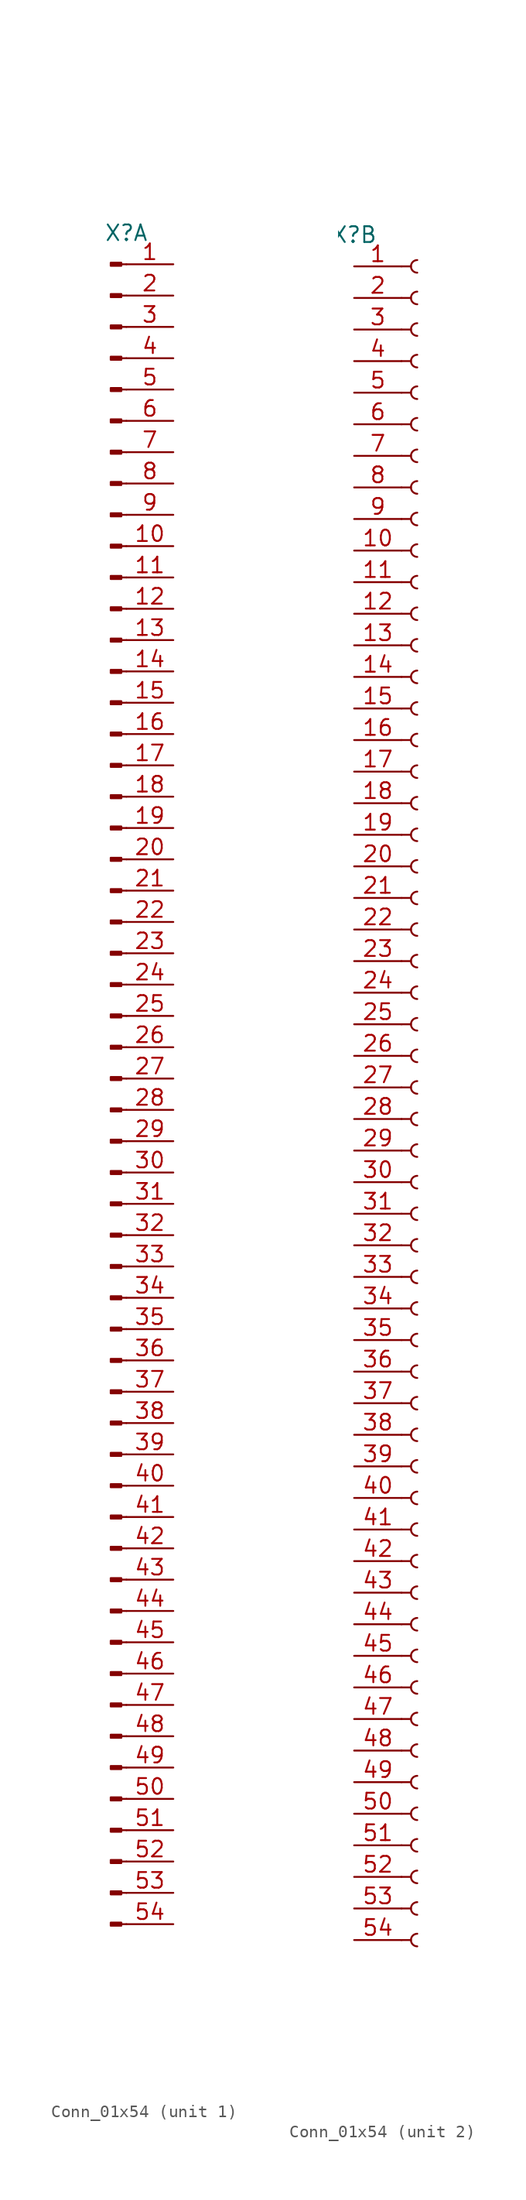
<source format=kicad_sym>
(kicad_symbol_lib
  (version 20241209)
  (generator "kicad_symbol_editor")
  (generator_version "9.0")
  (symbol "Conn_01x54"
    (pin_names
      (offset 1.016)
      (hide yes))
    (property "Reference" "X"
      (at 0 68.58 0)
      (effects (font (size 1.27 1.27))))
    (property "ki_locked" ""
      (at 0 0 0)
      (effects (font (size 1.27 1.27))))
    (symbol "Conn_01x54_1_1"
      (rectangle (start -0.406 66.167) (end -1.27 65.913) (stroke (width 0.152) (type default)) (fill (type outline)))
      (rectangle (start -0.406 63.627) (end -1.27 63.373) (stroke (width 0.152) (type default)) (fill (type outline)))
      (rectangle (start -0.406 61.087) (end -1.27 60.833) (stroke (width 0.152) (type default)) (fill (type outline)))
      (rectangle (start -0.406 58.547) (end -1.27 58.293) (stroke (width 0.152) (type default)) (fill (type outline)))
      (rectangle (start -0.406 56.007) (end -1.27 55.753) (stroke (width 0.152) (type default)) (fill (type outline)))
      (rectangle (start -0.406 53.467) (end -1.27 53.213) (stroke (width 0.152) (type default)) (fill (type outline)))
      (rectangle (start -0.406 50.927) (end -1.27 50.673) (stroke (width 0.152) (type default)) (fill (type outline)))
      (rectangle (start -0.406 48.387) (end -1.27 48.133) (stroke (width 0.152) (type default)) (fill (type outline)))
      (rectangle (start -0.406 45.847) (end -1.27 45.593) (stroke (width 0.152) (type default)) (fill (type outline)))
      (rectangle (start -0.406 43.307) (end -1.27 43.053) (stroke (width 0.152) (type default)) (fill (type outline)))
      (rectangle (start -0.406 40.767) (end -1.27 40.513) (stroke (width 0.152) (type default)) (fill (type outline)))
      (rectangle (start -0.406 38.227) (end -1.27 37.973) (stroke (width 0.152) (type default)) (fill (type outline)))
      (rectangle (start -0.406 35.687) (end -1.27 35.433) (stroke (width 0.152) (type default)) (fill (type outline)))
      (rectangle (start -0.406 33.147) (end -1.27 32.893) (stroke (width 0.152) (type default)) (fill (type outline)))
      (rectangle (start -0.406 30.607) (end -1.27 30.353) (stroke (width 0.152) (type default)) (fill (type outline)))
      (rectangle (start -0.406 28.067) (end -1.27 27.813) (stroke (width 0.152) (type default)) (fill (type outline)))
      (rectangle (start -0.406 25.527) (end -1.27 25.273) (stroke (width 0.152) (type default)) (fill (type outline)))
      (rectangle (start -0.406 22.987) (end -1.27 22.733) (stroke (width 0.152) (type default)) (fill (type outline)))
      (rectangle (start -0.406 20.447) (end -1.27 20.193) (stroke (width 0.152) (type default)) (fill (type outline)))
      (rectangle (start -0.406 17.907) (end -1.27 17.653) (stroke (width 0.152) (type default)) (fill (type outline)))
      (rectangle (start -0.406 15.367) (end -1.27 15.113) (stroke (width 0.152) (type default)) (fill (type outline)))
      (rectangle (start -0.406 12.827) (end -1.27 12.573) (stroke (width 0.152) (type default)) (fill (type outline)))
      (rectangle (start -0.406 10.287) (end -1.27 10.033) (stroke (width 0.152) (type default)) (fill (type outline)))
      (rectangle (start -0.406 7.747) (end -1.27 7.493) (stroke (width 0.152) (type default)) (fill (type outline)))
      (rectangle (start -0.406 5.207) (end -1.27 4.953) (stroke (width 0.152) (type default)) (fill (type outline)))
      (rectangle (start -0.406 2.667) (end -1.27 2.413) (stroke (width 0.152) (type default)) (fill (type outline)))
      (rectangle (start -0.406 0.127) (end -1.27 -0.127) (stroke (width 0.152) (type default)) (fill (type outline)))
      (rectangle (start -0.406 -2.413) (end -1.27 -2.667) (stroke (width 0.152) (type default)) (fill (type outline)))
      (rectangle (start -0.406 -4.953) (end -1.27 -5.207) (stroke (width 0.152) (type default)) (fill (type outline)))
      (rectangle (start -0.406 -7.493) (end -1.27 -7.747) (stroke (width 0.152) (type default)) (fill (type outline)))
      (rectangle (start -0.406 -10.033) (end -1.27 -10.287) (stroke (width 0.152) (type default)) (fill (type outline)))
      (rectangle (start -0.406 -12.573) (end -1.27 -12.827) (stroke (width 0.152) (type default)) (fill (type outline)))
      (rectangle (start -0.406 -15.113) (end -1.27 -15.367) (stroke (width 0.152) (type default)) (fill (type outline)))
      (rectangle (start -0.406 -17.653) (end -1.27 -17.907) (stroke (width 0.152) (type default)) (fill (type outline)))
      (rectangle (start -0.406 -20.193) (end -1.27 -20.447) (stroke (width 0.152) (type default)) (fill (type outline)))
      (rectangle (start -0.406 -22.733) (end -1.27 -22.987) (stroke (width 0.152) (type default)) (fill (type outline)))
      (rectangle (start -0.406 -25.273) (end -1.27 -25.527) (stroke (width 0.152) (type default)) (fill (type outline)))
      (rectangle (start -0.406 -27.813) (end -1.27 -28.067) (stroke (width 0.152) (type default)) (fill (type outline)))
      (rectangle (start -0.406 -30.353) (end -1.27 -30.607) (stroke (width 0.152) (type default)) (fill (type outline)))
      (rectangle (start -0.406 -32.893) (end -1.27 -33.147) (stroke (width 0.152) (type default)) (fill (type outline)))
      (rectangle (start -0.406 -35.433) (end -1.27 -35.687) (stroke (width 0.152) (type default)) (fill (type outline)))
      (rectangle (start -0.406 -37.973) (end -1.27 -38.227) (stroke (width 0.152) (type default)) (fill (type outline)))
      (rectangle (start -0.406 -40.513) (end -1.27 -40.767) (stroke (width 0.152) (type default)) (fill (type outline)))
      (rectangle (start -0.406 -43.053) (end -1.27 -43.307) (stroke (width 0.152) (type default)) (fill (type outline)))
      (rectangle (start -0.406 -45.593) (end -1.27 -45.847) (stroke (width 0.152) (type default)) (fill (type outline)))
      (rectangle (start -0.406 -48.133) (end -1.27 -48.387) (stroke (width 0.152) (type default)) (fill (type outline)))
      (rectangle (start -0.406 -50.673) (end -1.27 -50.927) (stroke (width 0.152) (type default)) (fill (type outline)))
      (rectangle (start -0.406 -53.213) (end -1.27 -53.467) (stroke (width 0.152) (type default)) (fill (type outline)))
      (rectangle (start -0.406 -55.753) (end -1.27 -56.007) (stroke (width 0.152) (type default)) (fill (type outline)))
      (rectangle (start -0.406 -58.293) (end -1.27 -58.547) (stroke (width 0.152) (type default)) (fill (type outline)))
      (rectangle (start -0.406 -60.833) (end -1.27 -61.087) (stroke (width 0.152) (type default)) (fill (type outline)))
      (rectangle (start -0.406 -63.373) (end -1.27 -63.627) (stroke (width 0.152) (type default)) (fill (type outline)))
      (rectangle (start -0.406 -65.913) (end -1.27 -66.167) (stroke (width 0.152) (type default)) (fill (type outline)))
      (rectangle (start -0.406 -68.453) (end -1.27 -68.707) (stroke (width 0.152) (type default)) (fill (type outline)))
      (polyline (pts (xy 0 66.04) (xy -0.406 66.04)) (stroke (width 0.152) (type default)) (fill (type none)))
      (polyline (pts (xy 0 63.5) (xy -0.406 63.5)) (stroke (width 0.152) (type default)) (fill (type none)))
      (polyline (pts (xy 0 60.96) (xy -0.406 60.96)) (stroke (width 0.152) (type default)) (fill (type none)))
      (polyline (pts (xy 0 58.42) (xy -0.406 58.42)) (stroke (width 0.152) (type default)) (fill (type none)))
      (polyline (pts (xy 0 55.88) (xy -0.406 55.88)) (stroke (width 0.152) (type default)) (fill (type none)))
      (polyline (pts (xy 0 53.34) (xy -0.406 53.34)) (stroke (width 0.152) (type default)) (fill (type none)))
      (polyline (pts (xy 0 50.8) (xy -0.406 50.8)) (stroke (width 0.152) (type default)) (fill (type none)))
      (polyline (pts (xy 0 48.26) (xy -0.406 48.26)) (stroke (width 0.152) (type default)) (fill (type none)))
      (polyline (pts (xy 0 45.72) (xy -0.406 45.72)) (stroke (width 0.152) (type default)) (fill (type none)))
      (polyline (pts (xy 0 43.18) (xy -0.406 43.18)) (stroke (width 0.152) (type default)) (fill (type none)))
      (polyline (pts (xy 0 40.64) (xy -0.406 40.64)) (stroke (width 0.152) (type default)) (fill (type none)))
      (polyline (pts (xy 0 38.1) (xy -0.406 38.1)) (stroke (width 0.152) (type default)) (fill (type none)))
      (polyline (pts (xy 0 35.56) (xy -0.406 35.56)) (stroke (width 0.152) (type default)) (fill (type none)))
      (polyline (pts (xy 0 33.02) (xy -0.406 33.02)) (stroke (width 0.152) (type default)) (fill (type none)))
      (polyline (pts (xy 0 30.48) (xy -0.406 30.48)) (stroke (width 0.152) (type default)) (fill (type none)))
      (polyline (pts (xy 0 27.94) (xy -0.406 27.94)) (stroke (width 0.152) (type default)) (fill (type none)))
      (polyline (pts (xy 0 25.4) (xy -0.406 25.4)) (stroke (width 0.152) (type default)) (fill (type none)))
      (polyline (pts (xy 0 22.86) (xy -0.406 22.86)) (stroke (width 0.152) (type default)) (fill (type none)))
      (polyline (pts (xy 0 20.32) (xy -0.406 20.32)) (stroke (width 0.152) (type default)) (fill (type none)))
      (polyline (pts (xy 0 17.78) (xy -0.406 17.78)) (stroke (width 0.152) (type default)) (fill (type none)))
      (polyline (pts (xy 0 15.24) (xy -0.406 15.24)) (stroke (width 0.152) (type default)) (fill (type none)))
      (polyline (pts (xy 0 12.7) (xy -0.406 12.7)) (stroke (width 0.152) (type default)) (fill (type none)))
      (polyline (pts (xy 0 10.16) (xy -0.406 10.16)) (stroke (width 0.152) (type default)) (fill (type none)))
      (polyline (pts (xy 0 7.62) (xy -0.406 7.62)) (stroke (width 0.152) (type default)) (fill (type none)))
      (polyline (pts (xy 0 5.08) (xy -0.406 5.08)) (stroke (width 0.152) (type default)) (fill (type none)))
      (polyline (pts (xy 0 2.54) (xy -0.406 2.54)) (stroke (width 0.152) (type default)) (fill (type none)))
      (polyline (pts (xy 0 0) (xy -0.406 0)) (stroke (width 0.152) (type default)) (fill (type none)))
      (polyline (pts (xy 0 -2.54) (xy -0.406 -2.54)) (stroke (width 0.152) (type default)) (fill (type none)))
      (polyline (pts (xy 0 -5.08) (xy -0.406 -5.08)) (stroke (width 0.152) (type default)) (fill (type none)))
      (polyline (pts (xy 0 -7.62) (xy -0.406 -7.62)) (stroke (width 0.152) (type default)) (fill (type none)))
      (polyline (pts (xy 0 -10.16) (xy -0.406 -10.16)) (stroke (width 0.152) (type default)) (fill (type none)))
      (polyline (pts (xy 0 -12.7) (xy -0.406 -12.7)) (stroke (width 0.152) (type default)) (fill (type none)))
      (polyline (pts (xy 0 -15.24) (xy -0.406 -15.24)) (stroke (width 0.152) (type default)) (fill (type none)))
      (polyline (pts (xy 0 -17.78) (xy -0.406 -17.78)) (stroke (width 0.152) (type default)) (fill (type none)))
      (polyline (pts (xy 0 -20.32) (xy -0.406 -20.32)) (stroke (width 0.152) (type default)) (fill (type none)))
      (polyline (pts (xy 0 -22.86) (xy -0.406 -22.86)) (stroke (width 0.152) (type default)) (fill (type none)))
      (polyline (pts (xy 0 -25.4) (xy -0.406 -25.4)) (stroke (width 0.152) (type default)) (fill (type none)))
      (polyline (pts (xy 0 -27.94) (xy -0.406 -27.94)) (stroke (width 0.152) (type default)) (fill (type none)))
      (polyline (pts (xy 0 -30.48) (xy -0.406 -30.48)) (stroke (width 0.152) (type default)) (fill (type none)))
      (polyline (pts (xy 0 -33.02) (xy -0.406 -33.02)) (stroke (width 0.152) (type default)) (fill (type none)))
      (polyline (pts (xy 0 -35.56) (xy -0.406 -35.56)) (stroke (width 0.152) (type default)) (fill (type none)))
      (polyline (pts (xy 0 -38.1) (xy -0.406 -38.1)) (stroke (width 0.152) (type default)) (fill (type none)))
      (polyline (pts (xy 0 -40.64) (xy -0.406 -40.64)) (stroke (width 0.152) (type default)) (fill (type none)))
      (polyline (pts (xy 0 -43.18) (xy -0.406 -43.18)) (stroke (width 0.152) (type default)) (fill (type none)))
      (polyline (pts (xy 0 -45.72) (xy -0.406 -45.72)) (stroke (width 0.152) (type default)) (fill (type none)))
      (polyline (pts (xy 0 -48.26) (xy -0.406 -48.26)) (stroke (width 0.152) (type default)) (fill (type none)))
      (polyline (pts (xy 0 -50.8) (xy -0.406 -50.8)) (stroke (width 0.152) (type default)) (fill (type none)))
      (polyline (pts (xy 0 -53.34) (xy -0.406 -53.34)) (stroke (width 0.152) (type default)) (fill (type none)))
      (polyline (pts (xy 0 -55.88) (xy -0.406 -55.88)) (stroke (width 0.152) (type default)) (fill (type none)))
      (polyline (pts (xy 0 -58.42) (xy -0.406 -58.42)) (stroke (width 0.152) (type default)) (fill (type none)))
      (polyline (pts (xy 0 -60.96) (xy -0.406 -60.96)) (stroke (width 0.152) (type default)) (fill (type none)))
      (polyline (pts (xy 0 -63.5) (xy -0.406 -63.5)) (stroke (width 0.152) (type default)) (fill (type none)))
      (polyline (pts (xy 0 -66.04) (xy -0.406 -66.04)) (stroke (width 0.152) (type default)) (fill (type none)))
      (polyline (pts (xy 0 -68.58) (xy -0.406 -68.58)) (stroke (width 0.152) (type default)) (fill (type none)))
      (pin passive line (at 3.81 66.04 180) (length 3.81) (name "Pin_1" (effects (font (size 1.27 1.27)))) (number "1" (effects (font (size 1.27 1.27)))))
      (pin passive line (at 3.81 63.5 180) (length 3.81) (name "Pin_2" (effects (font (size 1.27 1.27)))) (number "2" (effects (font (size 1.27 1.27)))))
      (pin passive line (at 3.81 60.96 180) (length 3.81) (name "Pin_3" (effects (font (size 1.27 1.27)))) (number "3" (effects (font (size 1.27 1.27)))))
      (pin passive line (at 3.81 58.42 180) (length 3.81) (name "Pin_4" (effects (font (size 1.27 1.27)))) (number "4" (effects (font (size 1.27 1.27)))))
      (pin passive line (at 3.81 55.88 180) (length 3.81) (name "Pin_5" (effects (font (size 1.27 1.27)))) (number "5" (effects (font (size 1.27 1.27)))))
      (pin passive line (at 3.81 53.34 180) (length 3.81) (name "Pin_6" (effects (font (size 1.27 1.27)))) (number "6" (effects (font (size 1.27 1.27)))))
      (pin passive line (at 3.81 50.8 180) (length 3.81) (name "Pin_7" (effects (font (size 1.27 1.27)))) (number "7" (effects (font (size 1.27 1.27)))))
      (pin passive line (at 3.81 48.26 180) (length 3.81) (name "Pin_8" (effects (font (size 1.27 1.27)))) (number "8" (effects (font (size 1.27 1.27)))))
      (pin passive line (at 3.81 45.72 180) (length 3.81) (name "Pin_9" (effects (font (size 1.27 1.27)))) (number "9" (effects (font (size 1.27 1.27)))))
      (pin passive line (at 3.81 43.18 180) (length 3.81) (name "Pin_10" (effects (font (size 1.27 1.27)))) (number "10" (effects (font (size 1.27 1.27)))))
      (pin passive line (at 3.81 40.64 180) (length 3.81) (name "Pin_11" (effects (font (size 1.27 1.27)))) (number "11" (effects (font (size 1.27 1.27)))))
      (pin passive line (at 3.81 38.1 180) (length 3.81) (name "Pin_12" (effects (font (size 1.27 1.27)))) (number "12" (effects (font (size 1.27 1.27)))))
      (pin passive line (at 3.81 35.56 180) (length 3.81) (name "Pin_13" (effects (font (size 1.27 1.27)))) (number "13" (effects (font (size 1.27 1.27)))))
      (pin passive line (at 3.81 33.02 180) (length 3.81) (name "Pin_14" (effects (font (size 1.27 1.27)))) (number "14" (effects (font (size 1.27 1.27)))))
      (pin passive line (at 3.81 30.48 180) (length 3.81) (name "Pin_15" (effects (font (size 1.27 1.27)))) (number "15" (effects (font (size 1.27 1.27)))))
      (pin passive line (at 3.81 27.94 180) (length 3.81) (name "Pin_16" (effects (font (size 1.27 1.27)))) (number "16" (effects (font (size 1.27 1.27)))))
      (pin passive line (at 3.81 25.4 180) (length 3.81) (name "Pin_17" (effects (font (size 1.27 1.27)))) (number "17" (effects (font (size 1.27 1.27)))))
      (pin passive line (at 3.81 22.86 180) (length 3.81) (name "Pin_18" (effects (font (size 1.27 1.27)))) (number "18" (effects (font (size 1.27 1.27)))))
      (pin passive line (at 3.81 20.32 180) (length 3.81) (name "Pin_19" (effects (font (size 1.27 1.27)))) (number "19" (effects (font (size 1.27 1.27)))))
      (pin passive line (at 3.81 17.78 180) (length 3.81) (name "Pin_20" (effects (font (size 1.27 1.27)))) (number "20" (effects (font (size 1.27 1.27)))))
      (pin passive line (at 3.81 15.24 180) (length 3.81) (name "Pin_21" (effects (font (size 1.27 1.27)))) (number "21" (effects (font (size 1.27 1.27)))))
      (pin passive line (at 3.81 12.7 180) (length 3.81) (name "Pin_22" (effects (font (size 1.27 1.27)))) (number "22" (effects (font (size 1.27 1.27)))))
      (pin passive line (at 3.81 10.16 180) (length 3.81) (name "Pin_23" (effects (font (size 1.27 1.27)))) (number "23" (effects (font (size 1.27 1.27)))))
      (pin passive line (at 3.81 7.62 180) (length 3.81) (name "Pin_24" (effects (font (size 1.27 1.27)))) (number "24" (effects (font (size 1.27 1.27)))))
      (pin passive line (at 3.81 5.08 180) (length 3.81) (name "Pin_25" (effects (font (size 1.27 1.27)))) (number "25" (effects (font (size 1.27 1.27)))))
      (pin passive line (at 3.81 2.54 180) (length 3.81) (name "Pin_26" (effects (font (size 1.27 1.27)))) (number "26" (effects (font (size 1.27 1.27)))))
      (pin passive line (at 3.81 0 180) (length 3.81) (name "Pin_27" (effects (font (size 1.27 1.27)))) (number "27" (effects (font (size 1.27 1.27)))))
      (pin passive line (at 3.81 -2.54 180) (length 3.81) (name "Pin_28" (effects (font (size 1.27 1.27)))) (number "28" (effects (font (size 1.27 1.27)))))
      (pin passive line (at 3.81 -5.08 180) (length 3.81) (name "Pin_29" (effects (font (size 1.27 1.27)))) (number "29" (effects (font (size 1.27 1.27)))))
      (pin passive line (at 3.81 -7.62 180) (length 3.81) (name "Pin_30" (effects (font (size 1.27 1.27)))) (number "30" (effects (font (size 1.27 1.27)))))
      (pin passive line (at 3.81 -10.16 180) (length 3.81) (name "Pin_31" (effects (font (size 1.27 1.27)))) (number "31" (effects (font (size 1.27 1.27)))))
      (pin passive line (at 3.81 -12.7 180) (length 3.81) (name "Pin_32" (effects (font (size 1.27 1.27)))) (number "32" (effects (font (size 1.27 1.27)))))
      (pin passive line (at 3.81 -15.24 180) (length 3.81) (name "Pin_33" (effects (font (size 1.27 1.27)))) (number "33" (effects (font (size 1.27 1.27)))))
      (pin passive line (at 3.81 -17.78 180) (length 3.81) (name "Pin_34" (effects (font (size 1.27 1.27)))) (number "34" (effects (font (size 1.27 1.27)))))
      (pin passive line (at 3.81 -20.32 180) (length 3.81) (name "Pin_35" (effects (font (size 1.27 1.27)))) (number "35" (effects (font (size 1.27 1.27)))))
      (pin passive line (at 3.81 -22.86 180) (length 3.81) (name "Pin_36" (effects (font (size 1.27 1.27)))) (number "36" (effects (font (size 1.27 1.27)))))
      (pin passive line (at 3.81 -25.4 180) (length 3.81) (name "Pin_37" (effects (font (size 1.27 1.27)))) (number "37" (effects (font (size 1.27 1.27)))))
      (pin passive line (at 3.81 -27.94 180) (length 3.81) (name "Pin_38" (effects (font (size 1.27 1.27)))) (number "38" (effects (font (size 1.27 1.27)))))
      (pin passive line (at 3.81 -30.48 180) (length 3.81) (name "Pin_39" (effects (font (size 1.27 1.27)))) (number "39" (effects (font (size 1.27 1.27)))))
      (pin passive line (at 3.81 -33.02 180) (length 3.81) (name "Pin_40" (effects (font (size 1.27 1.27)))) (number "40" (effects (font (size 1.27 1.27)))))
      (pin passive line (at 3.81 -35.56 180) (length 3.81) (name "Pin_41" (effects (font (size 1.27 1.27)))) (number "41" (effects (font (size 1.27 1.27)))))
      (pin passive line (at 3.81 -38.1 180) (length 3.81) (name "Pin_42" (effects (font (size 1.27 1.27)))) (number "42" (effects (font (size 1.27 1.27)))))
      (pin passive line (at 3.81 -40.64 180) (length 3.81) (name "Pin_43" (effects (font (size 1.27 1.27)))) (number "43" (effects (font (size 1.27 1.27)))))
      (pin passive line (at 3.81 -43.18 180) (length 3.81) (name "Pin_44" (effects (font (size 1.27 1.27)))) (number "44" (effects (font (size 1.27 1.27)))))
      (pin passive line (at 3.81 -45.72 180) (length 3.81) (name "Pin_45" (effects (font (size 1.27 1.27)))) (number "45" (effects (font (size 1.27 1.27)))))
      (pin passive line (at 3.81 -48.26 180) (length 3.81) (name "Pin_46" (effects (font (size 1.27 1.27)))) (number "46" (effects (font (size 1.27 1.27)))))
      (pin passive line (at 3.81 -50.8 180) (length 3.81) (name "Pin_47" (effects (font (size 1.27 1.27)))) (number "47" (effects (font (size 1.27 1.27)))))
      (pin passive line (at 3.81 -53.34 180) (length 3.81) (name "Pin_48" (effects (font (size 1.27 1.27)))) (number "48" (effects (font (size 1.27 1.27)))))
      (pin passive line (at 3.81 -55.88 180) (length 3.81) (name "Pin_49" (effects (font (size 1.27 1.27)))) (number "49" (effects (font (size 1.27 1.27)))))
      (pin passive line (at 3.81 -58.42 180) (length 3.81) (name "Pin_50" (effects (font (size 1.27 1.27)))) (number "50" (effects (font (size 1.27 1.27)))))
      (pin passive line (at 3.81 -60.96 180) (length 3.81) (name "Pin_51" (effects (font (size 1.27 1.27)))) (number "51" (effects (font (size 1.27 1.27)))))
      (pin passive line (at 3.81 -63.5 180) (length 3.81) (name "Pin_52" (effects (font (size 1.27 1.27)))) (number "52" (effects (font (size 1.27 1.27)))))
      (pin passive line (at 3.81 -66.04 180) (length 3.81) (name "Pin_53" (effects (font (size 1.27 1.27)))) (number "53" (effects (font (size 1.27 1.27)))))
      (pin passive line (at 3.81 -68.58 180) (length 3.81) (name "Pin_54" (effects (font (size 1.27 1.27)))) (number "54" (effects (font (size 1.27 1.27))))))
    (symbol "Conn_01x54_2_1"
      (polyline (pts (xy 3.81 66.04) (xy 4.572 66.04)) (stroke (width 0.152) (type default)) (fill (type none)))
      (polyline (pts (xy 3.81 63.5) (xy 4.572 63.5)) (stroke (width 0.152) (type default)) (fill (type none)))
      (polyline (pts (xy 3.81 60.96) (xy 4.572 60.96)) (stroke (width 0.152) (type default)) (fill (type none)))
      (polyline (pts (xy 3.81 58.42) (xy 4.572 58.42)) (stroke (width 0.152) (type default)) (fill (type none)))
      (polyline (pts (xy 3.81 55.88) (xy 4.572 55.88)) (stroke (width 0.152) (type default)) (fill (type none)))
      (polyline (pts (xy 3.81 53.34) (xy 4.572 53.34)) (stroke (width 0.152) (type default)) (fill (type none)))
      (polyline (pts (xy 3.81 50.8) (xy 4.572 50.8)) (stroke (width 0.152) (type default)) (fill (type none)))
      (polyline (pts (xy 3.81 48.26) (xy 4.572 48.26)) (stroke (width 0.152) (type default)) (fill (type none)))
      (polyline (pts (xy 3.81 45.72) (xy 4.572 45.72)) (stroke (width 0.152) (type default)) (fill (type none)))
      (polyline (pts (xy 3.81 43.18) (xy 4.572 43.18)) (stroke (width 0.152) (type default)) (fill (type none)))
      (polyline (pts (xy 3.81 40.64) (xy 4.572 40.64)) (stroke (width 0.152) (type default)) (fill (type none)))
      (polyline (pts (xy 3.81 38.1) (xy 4.572 38.1)) (stroke (width 0.152) (type default)) (fill (type none)))
      (polyline (pts (xy 3.81 35.56) (xy 4.572 35.56)) (stroke (width 0.152) (type default)) (fill (type none)))
      (polyline (pts (xy 3.81 33.02) (xy 4.572 33.02)) (stroke (width 0.152) (type default)) (fill (type none)))
      (polyline (pts (xy 3.81 30.48) (xy 4.572 30.48)) (stroke (width 0.152) (type default)) (fill (type none)))
      (polyline (pts (xy 3.81 27.94) (xy 4.572 27.94)) (stroke (width 0.152) (type default)) (fill (type none)))
      (polyline (pts (xy 3.81 25.4) (xy 4.572 25.4)) (stroke (width 0.152) (type default)) (fill (type none)))
      (polyline (pts (xy 3.81 22.86) (xy 4.572 22.86)) (stroke (width 0.152) (type default)) (fill (type none)))
      (polyline (pts (xy 3.81 20.32) (xy 4.572 20.32)) (stroke (width 0.152) (type default)) (fill (type none)))
      (polyline (pts (xy 3.81 17.78) (xy 4.572 17.78)) (stroke (width 0.152) (type default)) (fill (type none)))
      (polyline (pts (xy 3.81 15.24) (xy 4.572 15.24)) (stroke (width 0.152) (type default)) (fill (type none)))
      (polyline (pts (xy 3.81 12.7) (xy 4.572 12.7)) (stroke (width 0.152) (type default)) (fill (type none)))
      (polyline (pts (xy 3.81 10.16) (xy 4.572 10.16)) (stroke (width 0.152) (type default)) (fill (type none)))
      (polyline (pts (xy 3.81 7.62) (xy 4.572 7.62)) (stroke (width 0.152) (type default)) (fill (type none)))
      (polyline (pts (xy 3.81 5.08) (xy 4.572 5.08)) (stroke (width 0.152) (type default)) (fill (type none)))
      (polyline (pts (xy 3.81 2.54) (xy 4.572 2.54)) (stroke (width 0.152) (type default)) (fill (type none)))
      (polyline (pts (xy 3.81 0) (xy 4.572 0)) (stroke (width 0.152) (type default)) (fill (type none)))
      (polyline (pts (xy 3.81 -2.54) (xy 4.572 -2.54)) (stroke (width 0.152) (type default)) (fill (type none)))
      (polyline (pts (xy 3.81 -5.08) (xy 4.572 -5.08)) (stroke (width 0.152) (type default)) (fill (type none)))
      (polyline (pts (xy 3.81 -7.62) (xy 4.572 -7.62)) (stroke (width 0.152) (type default)) (fill (type none)))
      (polyline (pts (xy 3.81 -10.16) (xy 4.572 -10.16)) (stroke (width 0.152) (type default)) (fill (type none)))
      (polyline (pts (xy 3.81 -12.7) (xy 4.572 -12.7)) (stroke (width 0.152) (type default)) (fill (type none)))
      (polyline (pts (xy 3.81 -15.24) (xy 4.572 -15.24)) (stroke (width 0.152) (type default)) (fill (type none)))
      (polyline (pts (xy 3.81 -17.78) (xy 4.572 -17.78)) (stroke (width 0.152) (type default)) (fill (type none)))
      (polyline (pts (xy 3.81 -20.32) (xy 4.572 -20.32)) (stroke (width 0.152) (type default)) (fill (type none)))
      (polyline (pts (xy 3.81 -22.86) (xy 4.572 -22.86)) (stroke (width 0.152) (type default)) (fill (type none)))
      (polyline (pts (xy 3.81 -25.4) (xy 4.572 -25.4)) (stroke (width 0.152) (type default)) (fill (type none)))
      (polyline (pts (xy 3.81 -27.94) (xy 4.572 -27.94)) (stroke (width 0.152) (type default)) (fill (type none)))
      (polyline (pts (xy 3.81 -30.48) (xy 4.572 -30.48)) (stroke (width 0.152) (type default)) (fill (type none)))
      (polyline (pts (xy 3.81 -33.02) (xy 4.572 -33.02)) (stroke (width 0.152) (type default)) (fill (type none)))
      (polyline (pts (xy 3.81 -35.56) (xy 4.572 -35.56)) (stroke (width 0.152) (type default)) (fill (type none)))
      (polyline (pts (xy 3.81 -38.1) (xy 4.572 -38.1)) (stroke (width 0.152) (type default)) (fill (type none)))
      (polyline (pts (xy 3.81 -40.64) (xy 4.572 -40.64)) (stroke (width 0.152) (type default)) (fill (type none)))
      (polyline (pts (xy 3.81 -43.18) (xy 4.572 -43.18)) (stroke (width 0.152) (type default)) (fill (type none)))
      (polyline (pts (xy 3.81 -45.72) (xy 4.572 -45.72)) (stroke (width 0.152) (type default)) (fill (type none)))
      (polyline (pts (xy 3.81 -48.26) (xy 4.572 -48.26)) (stroke (width 0.152) (type default)) (fill (type none)))
      (polyline (pts (xy 3.81 -50.8) (xy 4.572 -50.8)) (stroke (width 0.152) (type default)) (fill (type none)))
      (polyline (pts (xy 3.81 -53.34) (xy 4.572 -53.34)) (stroke (width 0.152) (type default)) (fill (type none)))
      (polyline (pts (xy 3.81 -55.88) (xy 4.572 -55.88)) (stroke (width 0.152) (type default)) (fill (type none)))
      (polyline (pts (xy 3.81 -58.42) (xy 4.572 -58.42)) (stroke (width 0.152) (type default)) (fill (type none)))
      (polyline (pts (xy 3.81 -60.96) (xy 4.572 -60.96)) (stroke (width 0.152) (type default)) (fill (type none)))
      (polyline (pts (xy 3.81 -63.5) (xy 4.572 -63.5)) (stroke (width 0.152) (type default)) (fill (type none)))
      (polyline (pts (xy 3.81 -66.04) (xy 4.572 -66.04)) (stroke (width 0.152) (type default)) (fill (type none)))
      (polyline (pts (xy 3.81 -68.58) (xy 4.572 -68.58)) (stroke (width 0.152) (type default)) (fill (type none)))
      (arc (start 5.08 65.532) (mid 4.5742 66.04) (end 5.08 66.548) (stroke (width 0.1524) (type default)) (fill (type none)))
      (arc (start 5.08 62.992) (mid 4.5742 63.5) (end 5.08 64.008) (stroke (width 0.1524) (type default)) (fill (type none)))
      (arc (start 5.08 60.452) (mid 4.5742 60.96) (end 5.08 61.468) (stroke (width 0.1524) (type default)) (fill (type none)))
      (arc (start 5.08 57.912) (mid 4.5742 58.42) (end 5.08 58.928) (stroke (width 0.1524) (type default)) (fill (type none)))
      (arc (start 5.08 55.372) (mid 4.5742 55.88) (end 5.08 56.388) (stroke (width 0.1524) (type default)) (fill (type none)))
      (arc (start 5.08 52.832) (mid 4.5742 53.34) (end 5.08 53.848) (stroke (width 0.1524) (type default)) (fill (type none)))
      (arc (start 5.08 50.292) (mid 4.5742 50.8) (end 5.08 51.308) (stroke (width 0.1524) (type default)) (fill (type none)))
      (arc (start 5.08 47.752) (mid 4.5742 48.26) (end 5.08 48.768) (stroke (width 0.1524) (type default)) (fill (type none)))
      (arc (start 5.08 45.212) (mid 4.5742 45.72) (end 5.08 46.228) (stroke (width 0.1524) (type default)) (fill (type none)))
      (arc (start 5.08 42.672) (mid 4.5742 43.18) (end 5.08 43.688) (stroke (width 0.1524) (type default)) (fill (type none)))
      (arc (start 5.08 40.132) (mid 4.5742 40.64) (end 5.08 41.148) (stroke (width 0.1524) (type default)) (fill (type none)))
      (arc (start 5.08 37.592) (mid 4.5742 38.1) (end 5.08 38.608) (stroke (width 0.1524) (type default)) (fill (type none)))
      (arc (start 5.08 35.052) (mid 4.5742 35.56) (end 5.08 36.068) (stroke (width 0.1524) (type default)) (fill (type none)))
      (arc (start 5.08 32.512) (mid 4.5742 33.02) (end 5.08 33.528) (stroke (width 0.1524) (type default)) (fill (type none)))
      (arc (start 5.08 29.972) (mid 4.5742 30.48) (end 5.08 30.988) (stroke (width 0.1524) (type default)) (fill (type none)))
      (arc (start 5.08 27.432) (mid 4.5742 27.94) (end 5.08 28.448) (stroke (width 0.1524) (type default)) (fill (type none)))
      (arc (start 5.08 24.892) (mid 4.5742 25.4) (end 5.08 25.908) (stroke (width 0.1524) (type default)) (fill (type none)))
      (arc (start 5.08 22.352) (mid 4.5742 22.86) (end 5.08 23.368) (stroke (width 0.1524) (type default)) (fill (type none)))
      (arc (start 5.08 19.812) (mid 4.5742 20.32) (end 5.08 20.828) (stroke (width 0.1524) (type default)) (fill (type none)))
      (arc (start 5.08 17.272) (mid 4.5742 17.78) (end 5.08 18.288) (stroke (width 0.1524) (type default)) (fill (type none)))
      (arc (start 5.08 14.732) (mid 4.5742 15.24) (end 5.08 15.748) (stroke (width 0.1524) (type default)) (fill (type none)))
      (arc (start 5.08 12.192) (mid 4.5742 12.7) (end 5.08 13.208) (stroke (width 0.1524) (type default)) (fill (type none)))
      (arc (start 5.08 9.652) (mid 4.5742 10.16) (end 5.08 10.668) (stroke (width 0.1524) (type default)) (fill (type none)))
      (arc (start 5.08 7.112) (mid 4.5742 7.62) (end 5.08 8.128) (stroke (width 0.1524) (type default)) (fill (type none)))
      (arc (start 5.08 4.572) (mid 4.5742 5.08) (end 5.08 5.588) (stroke (width 0.1524) (type default)) (fill (type none)))
      (arc (start 5.08 2.032) (mid 4.5742 2.54) (end 5.08 3.048) (stroke (width 0.1524) (type default)) (fill (type none)))
      (arc (start 5.08 -0.508) (mid 4.5742 0) (end 5.08 0.508) (stroke (width 0.1524) (type default)) (fill (type none)))
      (arc (start 5.08 -3.048) (mid 4.5742 -2.54) (end 5.08 -2.032) (stroke (width 0.1524) (type default)) (fill (type none)))
      (arc (start 5.08 -5.588) (mid 4.5742 -5.08) (end 5.08 -4.572) (stroke (width 0.1524) (type default)) (fill (type none)))
      (arc (start 5.08 -8.128) (mid 4.5742 -7.62) (end 5.08 -7.112) (stroke (width 0.1524) (type default)) (fill (type none)))
      (arc (start 5.08 -10.668) (mid 4.5742 -10.16) (end 5.08 -9.652) (stroke (width 0.1524) (type default)) (fill (type none)))
      (arc (start 5.08 -13.208) (mid 4.5742 -12.7) (end 5.08 -12.192) (stroke (width 0.1524) (type default)) (fill (type none)))
      (arc (start 5.08 -15.748) (mid 4.5742 -15.24) (end 5.08 -14.732) (stroke (width 0.1524) (type default)) (fill (type none)))
      (arc (start 5.08 -18.288) (mid 4.5742 -17.78) (end 5.08 -17.272) (stroke (width 0.1524) (type default)) (fill (type none)))
      (arc (start 5.08 -20.828) (mid 4.5742 -20.32) (end 5.08 -19.812) (stroke (width 0.1524) (type default)) (fill (type none)))
      (arc (start 5.08 -23.368) (mid 4.5742 -22.86) (end 5.08 -22.352) (stroke (width 0.1524) (type default)) (fill (type none)))
      (arc (start 5.08 -25.908) (mid 4.5742 -25.4) (end 5.08 -24.892) (stroke (width 0.1524) (type default)) (fill (type none)))
      (arc (start 5.08 -28.448) (mid 4.5742 -27.94) (end 5.08 -27.432) (stroke (width 0.1524) (type default)) (fill (type none)))
      (arc (start 5.08 -30.988) (mid 4.5742 -30.48) (end 5.08 -29.972) (stroke (width 0.1524) (type default)) (fill (type none)))
      (arc (start 5.08 -33.528) (mid 4.5742 -33.02) (end 5.08 -32.512) (stroke (width 0.1524) (type default)) (fill (type none)))
      (arc (start 5.08 -36.068) (mid 4.5742 -35.56) (end 5.08 -35.052) (stroke (width 0.1524) (type default)) (fill (type none)))
      (arc (start 5.08 -38.608) (mid 4.5742 -38.1) (end 5.08 -37.592) (stroke (width 0.1524) (type default)) (fill (type none)))
      (arc (start 5.08 -41.148) (mid 4.5742 -40.64) (end 5.08 -40.132) (stroke (width 0.1524) (type default)) (fill (type none)))
      (arc (start 5.08 -43.688) (mid 4.5742 -43.18) (end 5.08 -42.672) (stroke (width 0.1524) (type default)) (fill (type none)))
      (arc (start 5.08 -46.228) (mid 4.5742 -45.72) (end 5.08 -45.212) (stroke (width 0.1524) (type default)) (fill (type none)))
      (arc (start 5.08 -48.768) (mid 4.5742 -48.26) (end 5.08 -47.752) (stroke (width 0.1524) (type default)) (fill (type none)))
      (arc (start 5.08 -51.308) (mid 4.5742 -50.8) (end 5.08 -50.292) (stroke (width 0.1524) (type default)) (fill (type none)))
      (arc (start 5.08 -53.848) (mid 4.5742 -53.34) (end 5.08 -52.832) (stroke (width 0.1524) (type default)) (fill (type none)))
      (arc (start 5.08 -56.388) (mid 4.5742 -55.88) (end 5.08 -55.372) (stroke (width 0.1524) (type default)) (fill (type none)))
      (arc (start 5.08 -58.928) (mid 4.5742 -58.42) (end 5.08 -57.912) (stroke (width 0.1524) (type default)) (fill (type none)))
      (arc (start 5.08 -61.468) (mid 4.5742 -60.96) (end 5.08 -60.452) (stroke (width 0.1524) (type default)) (fill (type none)))
      (arc (start 5.08 -64.008) (mid 4.5742 -63.5) (end 5.08 -62.992) (stroke (width 0.1524) (type default)) (fill (type none)))
      (arc (start 5.08 -66.548) (mid 4.5742 -66.04) (end 5.08 -65.532) (stroke (width 0.1524) (type default)) (fill (type none)))
      (arc (start 5.08 -69.088) (mid 4.5742 -68.58) (end 5.08 -68.072) (stroke (width 0.1524) (type default)) (fill (type none)))
      (pin passive line (at 0 66.04 0) (length 3.81) (name "Pin_1" (effects (font (size 1.27 1.27)))) (number "1" (effects (font (size 1.27 1.27)))))
      (pin passive line (at 0 63.5 0) (length 3.81) (name "Pin_2" (effects (font (size 1.27 1.27)))) (number "2" (effects (font (size 1.27 1.27)))))
      (pin passive line (at 0 60.96 0) (length 3.81) (name "Pin_3" (effects (font (size 1.27 1.27)))) (number "3" (effects (font (size 1.27 1.27)))))
      (pin passive line (at 0 58.42 0) (length 3.81) (name "Pin_4" (effects (font (size 1.27 1.27)))) (number "4" (effects (font (size 1.27 1.27)))))
      (pin passive line (at 0 55.88 0) (length 3.81) (name "Pin_5" (effects (font (size 1.27 1.27)))) (number "5" (effects (font (size 1.27 1.27)))))
      (pin passive line (at 0 53.34 0) (length 3.81) (name "Pin_6" (effects (font (size 1.27 1.27)))) (number "6" (effects (font (size 1.27 1.27)))))
      (pin passive line (at 0 50.8 0) (length 3.81) (name "Pin_7" (effects (font (size 1.27 1.27)))) (number "7" (effects (font (size 1.27 1.27)))))
      (pin passive line (at 0 48.26 0) (length 3.81) (name "Pin_8" (effects (font (size 1.27 1.27)))) (number "8" (effects (font (size 1.27 1.27)))))
      (pin passive line (at 0 45.72 0) (length 3.81) (name "Pin_9" (effects (font (size 1.27 1.27)))) (number "9" (effects (font (size 1.27 1.27)))))
      (pin passive line (at 0 43.18 0) (length 3.81) (name "Pin_10" (effects (font (size 1.27 1.27)))) (number "10" (effects (font (size 1.27 1.27)))))
      (pin passive line (at 0 40.64 0) (length 3.81) (name "Pin_11" (effects (font (size 1.27 1.27)))) (number "11" (effects (font (size 1.27 1.27)))))
      (pin passive line (at 0 38.1 0) (length 3.81) (name "Pin_12" (effects (font (size 1.27 1.27)))) (number "12" (effects (font (size 1.27 1.27)))))
      (pin passive line (at 0 35.56 0) (length 3.81) (name "Pin_13" (effects (font (size 1.27 1.27)))) (number "13" (effects (font (size 1.27 1.27)))))
      (pin passive line (at 0 33.02 0) (length 3.81) (name "Pin_14" (effects (font (size 1.27 1.27)))) (number "14" (effects (font (size 1.27 1.27)))))
      (pin passive line (at 0 30.48 0) (length 3.81) (name "Pin_15" (effects (font (size 1.27 1.27)))) (number "15" (effects (font (size 1.27 1.27)))))
      (pin passive line (at 0 27.94 0) (length 3.81) (name "Pin_16" (effects (font (size 1.27 1.27)))) (number "16" (effects (font (size 1.27 1.27)))))
      (pin passive line (at 0 25.4 0) (length 3.81) (name "Pin_17" (effects (font (size 1.27 1.27)))) (number "17" (effects (font (size 1.27 1.27)))))
      (pin passive line (at 0 22.86 0) (length 3.81) (name "Pin_18" (effects (font (size 1.27 1.27)))) (number "18" (effects (font (size 1.27 1.27)))))
      (pin passive line (at 0 20.32 0) (length 3.81) (name "Pin_19" (effects (font (size 1.27 1.27)))) (number "19" (effects (font (size 1.27 1.27)))))
      (pin passive line (at 0 17.78 0) (length 3.81) (name "Pin_20" (effects (font (size 1.27 1.27)))) (number "20" (effects (font (size 1.27 1.27)))))
      (pin passive line (at 0 15.24 0) (length 3.81) (name "Pin_21" (effects (font (size 1.27 1.27)))) (number "21" (effects (font (size 1.27 1.27)))))
      (pin passive line (at 0 12.7 0) (length 3.81) (name "Pin_22" (effects (font (size 1.27 1.27)))) (number "22" (effects (font (size 1.27 1.27)))))
      (pin passive line (at 0 10.16 0) (length 3.81) (name "Pin_23" (effects (font (size 1.27 1.27)))) (number "23" (effects (font (size 1.27 1.27)))))
      (pin passive line (at 0 7.62 0) (length 3.81) (name "Pin_24" (effects (font (size 1.27 1.27)))) (number "24" (effects (font (size 1.27 1.27)))))
      (pin passive line (at 0 5.08 0) (length 3.81) (name "Pin_25" (effects (font (size 1.27 1.27)))) (number "25" (effects (font (size 1.27 1.27)))))
      (pin passive line (at 0 2.54 0) (length 3.81) (name "Pin_26" (effects (font (size 1.27 1.27)))) (number "26" (effects (font (size 1.27 1.27)))))
      (pin passive line (at 0 0 0) (length 3.81) (name "Pin_27" (effects (font (size 1.27 1.27)))) (number "27" (effects (font (size 1.27 1.27)))))
      (pin passive line (at 0 -2.54 0) (length 3.81) (name "Pin_28" (effects (font (size 1.27 1.27)))) (number "28" (effects (font (size 1.27 1.27)))))
      (pin passive line (at 0 -5.08 0) (length 3.81) (name "Pin_29" (effects (font (size 1.27 1.27)))) (number "29" (effects (font (size 1.27 1.27)))))
      (pin passive line (at 0 -7.62 0) (length 3.81) (name "Pin_30" (effects (font (size 1.27 1.27)))) (number "30" (effects (font (size 1.27 1.27)))))
      (pin passive line (at 0 -10.16 0) (length 3.81) (name "Pin_31" (effects (font (size 1.27 1.27)))) (number "31" (effects (font (size 1.27 1.27)))))
      (pin passive line (at 0 -12.7 0) (length 3.81) (name "Pin_32" (effects (font (size 1.27 1.27)))) (number "32" (effects (font (size 1.27 1.27)))))
      (pin passive line (at 0 -15.24 0) (length 3.81) (name "Pin_33" (effects (font (size 1.27 1.27)))) (number "33" (effects (font (size 1.27 1.27)))))
      (pin passive line (at 0 -17.78 0) (length 3.81) (name "Pin_34" (effects (font (size 1.27 1.27)))) (number "34" (effects (font (size 1.27 1.27)))))
      (pin passive line (at 0 -20.32 0) (length 3.81) (name "Pin_35" (effects (font (size 1.27 1.27)))) (number "35" (effects (font (size 1.27 1.27)))))
      (pin passive line (at 0 -22.86 0) (length 3.81) (name "Pin_36" (effects (font (size 1.27 1.27)))) (number "36" (effects (font (size 1.27 1.27)))))
      (pin passive line (at 0 -25.4 0) (length 3.81) (name "Pin_37" (effects (font (size 1.27 1.27)))) (number "37" (effects (font (size 1.27 1.27)))))
      (pin passive line (at 0 -27.94 0) (length 3.81) (name "Pin_38" (effects (font (size 1.27 1.27)))) (number "38" (effects (font (size 1.27 1.27)))))
      (pin passive line (at 0 -30.48 0) (length 3.81) (name "Pin_39" (effects (font (size 1.27 1.27)))) (number "39" (effects (font (size 1.27 1.27)))))
      (pin passive line (at 0 -33.02 0) (length 3.81) (name "Pin_40" (effects (font (size 1.27 1.27)))) (number "40" (effects (font (size 1.27 1.27)))))
      (pin passive line (at 0 -35.56 0) (length 3.81) (name "Pin_41" (effects (font (size 1.27 1.27)))) (number "41" (effects (font (size 1.27 1.27)))))
      (pin passive line (at 0 -38.1 0) (length 3.81) (name "Pin_42" (effects (font (size 1.27 1.27)))) (number "42" (effects (font (size 1.27 1.27)))))
      (pin passive line (at 0 -40.64 0) (length 3.81) (name "Pin_43" (effects (font (size 1.27 1.27)))) (number "43" (effects (font (size 1.27 1.27)))))
      (pin passive line (at 0 -43.18 0) (length 3.81) (name "Pin_44" (effects (font (size 1.27 1.27)))) (number "44" (effects (font (size 1.27 1.27)))))
      (pin passive line (at 0 -45.72 0) (length 3.81) (name "Pin_45" (effects (font (size 1.27 1.27)))) (number "45" (effects (font (size 1.27 1.27)))))
      (pin passive line (at 0 -48.26 0) (length 3.81) (name "Pin_46" (effects (font (size 1.27 1.27)))) (number "46" (effects (font (size 1.27 1.27)))))
      (pin passive line (at 0 -50.8 0) (length 3.81) (name "Pin_47" (effects (font (size 1.27 1.27)))) (number "47" (effects (font (size 1.27 1.27)))))
      (pin passive line (at 0 -53.34 0) (length 3.81) (name "Pin_48" (effects (font (size 1.27 1.27)))) (number "48" (effects (font (size 1.27 1.27)))))
      (pin passive line (at 0 -55.88 0) (length 3.81) (name "Pin_49" (effects (font (size 1.27 1.27)))) (number "49" (effects (font (size 1.27 1.27)))))
      (pin passive line (at 0 -58.42 0) (length 3.81) (name "Pin_50" (effects (font (size 1.27 1.27)))) (number "50" (effects (font (size 1.27 1.27)))))
      (pin passive line (at 0 -60.96 0) (length 3.81) (name "Pin_51" (effects (font (size 1.27 1.27)))) (number "51" (effects (font (size 1.27 1.27)))))
      (pin passive line (at 0 -63.5 0) (length 3.81) (name "Pin_52" (effects (font (size 1.27 1.27)))) (number "52" (effects (font (size 1.27 1.27)))))
      (pin passive line (at 0 -66.04 0) (length 3.81) (name "Pin_53" (effects (font (size 1.27 1.27)))) (number "53" (effects (font (size 1.27 1.27)))))
      (pin passive line (at 0 -68.58 0) (length 3.81) (name "Pin_54" (effects (font (size 1.27 1.27)))) (number "54" (effects (font (size 1.27 1.27))))))))
</source>
